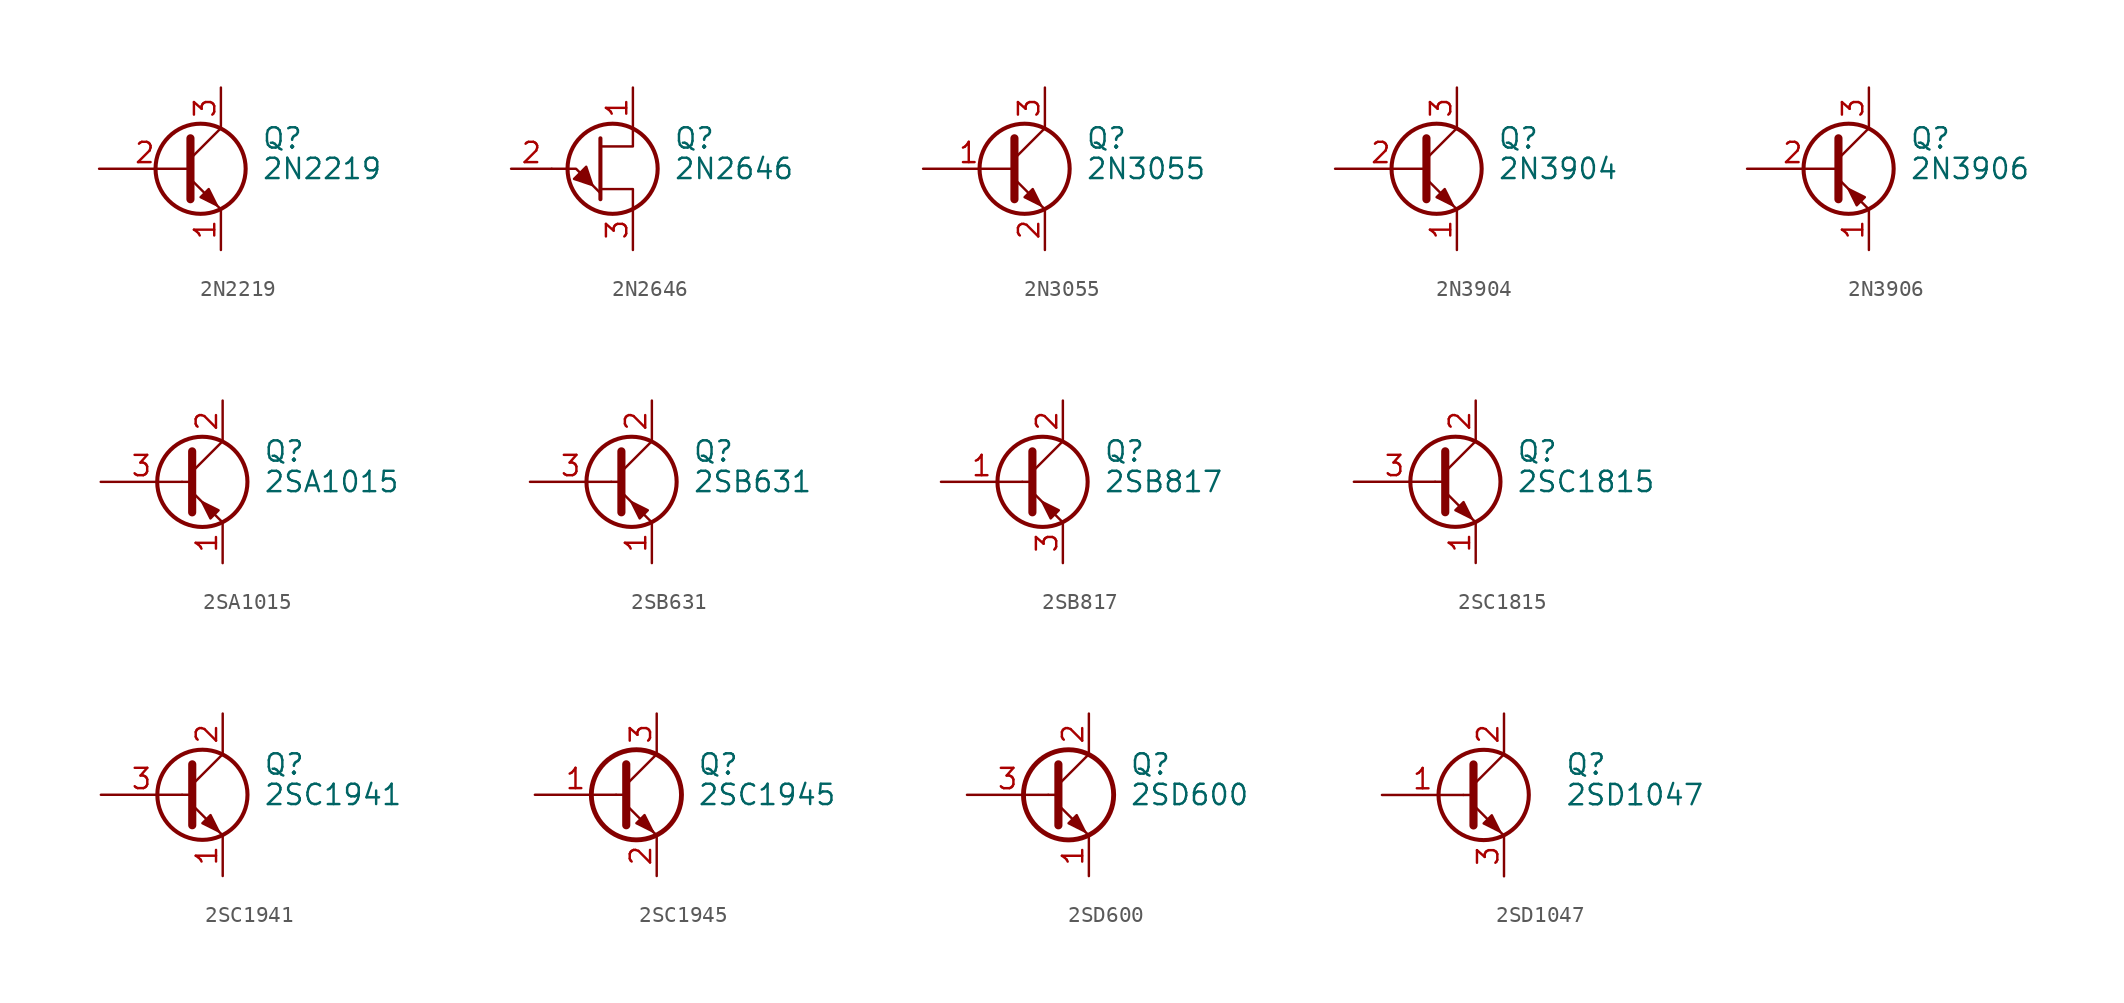
<source format=kicad_sym>
(kicad_symbol_lib
  (version 20220914)
  (generator kicad_symbol_editor)
  (symbol "2N2219"
    (pin_names
      (offset 0) hide)
    (property "Reference" "Q"
      (at 5.08 1.905 0)
      (effects (font (size 1.27 1.27)) (justify left)))
    (property "Value" "2N2219"
      (at 5.08 0 0)
      (effects (font (size 1.27 1.27)) (justify left)))
    (symbol "2N2219_0_1"
      (polyline (pts (xy 0.635 0.635) (xy 2.54 2.54)) (stroke (width 0) (type solid)) (fill (type none)))
      (polyline (pts (xy 0.635 -0.635) (xy 2.54 -2.54) (xy 2.54 -2.54)) (stroke (width 0) (type solid)) (fill (type none)))
      (polyline (pts (xy 0.635 1.905) (xy 0.635 -1.905) (xy 0.635 -1.905)) (stroke (width 0.508) (type solid)) (fill (type none)))
      (polyline (pts (xy 1.27 -1.778) (xy 1.778 -1.27) (xy 2.286 -2.286) (xy 1.27 -1.778) (xy 1.27 -1.778)) (stroke (width 0) (type solid)) (fill (type outline)))
      (circle (center 1.27 0) (radius 2.819) (stroke (width 0.254) (type solid)) (fill (type none))))
    (symbol "2N2219_1_1"
      (pin passive line (at 2.54 -5.08 90) (length 2.54) (name "E" (effects (font (size 1.27 1.27)))) (number "1" (effects (font (size 1.27 1.27)))))
      (pin passive line (at -5.08 0 0) (length 5.715) (name "B" (effects (font (size 1.27 1.27)))) (number "2" (effects (font (size 1.27 1.27)))))
      (pin passive line (at 2.54 5.08 270) (length 2.54) (name "C" (effects (font (size 1.27 1.27)))) (number "3" (effects (font (size 1.27 1.27)))))))
  (symbol "2N2646"
    (pin_names
      (offset 0) hide)
    (property "Reference" "Q"
      (at 5.08 1.905 0)
      (effects (font (size 1.27 1.27)) (justify left)))
    (property "Value" "2N2646"
      (at 5.08 0 0)
      (effects (font (size 1.27 1.27)) (justify left)))
    (symbol "2N2646_0_1"
      (polyline (pts (xy -2.54 0) (xy -1.016 0) (xy 0.508 -1.524)) (stroke (width 0) (type solid)) (fill (type none)))
      (polyline (pts (xy 0.508 1.905) (xy 0.508 -1.905) (xy 0.508 -1.905)) (stroke (width 0.254) (type solid)) (fill (type none)))
      (polyline (pts (xy 2.54 -2.54) (xy 2.54 -1.27) (xy 0.508 -1.27)) (stroke (width 0) (type solid)) (fill (type none)))
      (polyline (pts (xy 2.54 2.54) (xy 2.54 1.397) (xy 0.508 1.397)) (stroke (width 0) (type solid)) (fill (type none)))
      (polyline (pts (xy 0 -1.016) (xy -0.381 0.127) (xy -1.143 -0.635) (xy 0 -1.016)) (stroke (width 0) (type solid)) (fill (type outline)))
      (circle (center 1.27 0) (radius 2.819) (stroke (width 0.254) (type solid)) (fill (type none))))
    (symbol "2N2646_1_1"
      (pin passive line (at 2.54 5.08 270) (length 2.54) (name "B2" (effects (font (size 1.27 1.27)))) (number "1" (effects (font (size 1.27 1.27)))))
      (pin input line (at -5.08 0 0) (length 2.54) (name "E" (effects (font (size 1.27 1.27)))) (number "2" (effects (font (size 1.27 1.27)))))
      (pin passive line (at 2.54 -5.08 90) (length 2.54) (name "B1" (effects (font (size 1.27 1.27)))) (number "3" (effects (font (size 1.27 1.27)))))))
  (symbol "2N3055"
    (pin_names
      (offset 0) hide)
    (property "Reference" "Q"
      (at 5.08 1.905 0)
      (effects (font (size 1.27 1.27)) (justify left)))
    (property "Value" "2N3055"
      (at 5.08 0 0)
      (effects (font (size 1.27 1.27)) (justify left)))
    (symbol "2N3055_0_1"
      (polyline (pts (xy 0.635 0.635) (xy 2.54 2.54)) (stroke (width 0) (type solid)) (fill (type none)))
      (polyline (pts (xy 0.635 -0.635) (xy 2.54 -2.54) (xy 2.54 -2.54)) (stroke (width 0) (type solid)) (fill (type none)))
      (polyline (pts (xy 0.635 1.905) (xy 0.635 -1.905) (xy 0.635 -1.905)) (stroke (width 0.508) (type solid)) (fill (type none)))
      (polyline (pts (xy 1.27 -1.778) (xy 1.778 -1.27) (xy 2.286 -2.286) (xy 1.27 -1.778) (xy 1.27 -1.778)) (stroke (width 0) (type solid)) (fill (type outline)))
      (circle (center 1.27 0) (radius 2.819) (stroke (width 0.254) (type solid)) (fill (type none))))
    (symbol "2N3055_1_1"
      (pin input line (at -5.08 0 0) (length 5.715) (name "B" (effects (font (size 1.27 1.27)))) (number "1" (effects (font (size 1.27 1.27)))))
      (pin passive line (at 2.54 -5.08 90) (length 2.54) (name "E" (effects (font (size 1.27 1.27)))) (number "2" (effects (font (size 1.27 1.27)))))
      (pin passive line (at 2.54 5.08 270) (length 2.54) (name "C" (effects (font (size 1.27 1.27)))) (number "3" (effects (font (size 1.27 1.27)))))))
  (symbol "2N3904"
    (pin_names
      (offset 0) hide)
    (property "Reference" "Q"
      (at 5.08 1.905 0)
      (effects (font (size 1.27 1.27)) (justify left)))
    (property "Value" "2N3904"
      (at 5.08 0 0)
      (effects (font (size 1.27 1.27)) (justify left)))
    (symbol "2N3904_0_1"
      (polyline (pts (xy 0.635 0.635) (xy 2.54 2.54)) (stroke (width 0) (type solid)) (fill (type none)))
      (polyline (pts (xy 0.635 -0.635) (xy 2.54 -2.54) (xy 2.54 -2.54)) (stroke (width 0) (type solid)) (fill (type none)))
      (polyline (pts (xy 0.635 1.905) (xy 0.635 -1.905) (xy 0.635 -1.905)) (stroke (width 0.508) (type solid)) (fill (type none)))
      (polyline (pts (xy 1.27 -1.778) (xy 1.778 -1.27) (xy 2.286 -2.286) (xy 1.27 -1.778) (xy 1.27 -1.778)) (stroke (width 0) (type solid)) (fill (type outline)))
      (circle (center 1.27 0) (radius 2.819) (stroke (width 0.254) (type solid)) (fill (type none))))
    (symbol "2N3904_1_1"
      (pin passive line (at 2.54 -5.08 90) (length 2.54) (name "E" (effects (font (size 1.27 1.27)))) (number "1" (effects (font (size 1.27 1.27)))))
      (pin passive line (at -5.08 0 0) (length 5.715) (name "B" (effects (font (size 1.27 1.27)))) (number "2" (effects (font (size 1.27 1.27)))))
      (pin passive line (at 2.54 5.08 270) (length 2.54) (name "C" (effects (font (size 1.27 1.27)))) (number "3" (effects (font (size 1.27 1.27)))))))
  (symbol "2N3906"
    (pin_names
      (offset 0) hide)
    (property "Reference" "Q"
      (at 5.08 1.905 0)
      (effects (font (size 1.27 1.27)) (justify left)))
    (property "Value" "2N3906"
      (at 5.08 0 0)
      (effects (font (size 1.27 1.27)) (justify left)))
    (symbol "2N3906_0_1"
      (polyline (pts (xy 0.635 0.635) (xy 2.54 2.54)) (stroke (width 0) (type solid)) (fill (type none)))
      (polyline (pts (xy 0.635 -0.635) (xy 2.54 -2.54) (xy 2.54 -2.54)) (stroke (width 0) (type solid)) (fill (type none)))
      (polyline (pts (xy 0.635 1.905) (xy 0.635 -1.905) (xy 0.635 -1.905)) (stroke (width 0.508) (type solid)) (fill (type none)))
      (polyline (pts (xy 2.286 -1.778) (xy 1.778 -2.286) (xy 1.27 -1.27) (xy 2.286 -1.778) (xy 2.286 -1.778)) (stroke (width 0) (type solid)) (fill (type outline)))
      (circle (center 1.27 0) (radius 2.819) (stroke (width 0.254) (type solid)) (fill (type none))))
    (symbol "2N3906_1_1"
      (pin passive line (at 2.54 -5.08 90) (length 2.54) (name "E" (effects (font (size 1.27 1.27)))) (number "1" (effects (font (size 1.27 1.27)))))
      (pin input line (at -5.08 0 0) (length 5.715) (name "B" (effects (font (size 1.27 1.27)))) (number "2" (effects (font (size 1.27 1.27)))))
      (pin passive line (at 2.54 5.08 270) (length 2.54) (name "C" (effects (font (size 1.27 1.27)))) (number "3" (effects (font (size 1.27 1.27)))))))
  (symbol "2SA1015"
    (pin_names
      (offset 0) hide)
    (property "Reference" "Q"
      (at 5.08 1.905 0)
      (effects (font (size 1.27 1.27)) (justify left)))
    (property "Value" "2SA1015"
      (at 5.08 0 0)
      (effects (font (size 1.27 1.27)) (justify left)))
    (symbol "2SA1015_0_1"
      (polyline (pts (xy 0 0) (xy 0.635 0)) (stroke (width 0) (type solid)) (fill (type none)))
      (polyline (pts (xy 2.54 -2.54) (xy 0.635 -0.635)) (stroke (width 0) (type solid)) (fill (type none)))
      (polyline (pts (xy 2.54 2.54) (xy 0.635 0.635)) (stroke (width 0) (type solid)) (fill (type none)))
      (polyline (pts (xy 0.635 1.905) (xy 0.635 -1.905) (xy 0.635 -1.905)) (stroke (width 0.508) (type solid)) (fill (type outline)))
      (polyline (pts (xy 1.778 -2.286) (xy 2.286 -1.778) (xy 1.27 -1.27) (xy 1.778 -2.286) (xy 1.778 -2.286)) (stroke (width 0) (type solid)) (fill (type outline)))
      (circle (center 1.27 0) (radius 2.819) (stroke (width 0.254) (type solid)) (fill (type none))))
    (symbol "2SA1015_1_1"
      (pin passive line (at 2.54 -5.08 90) (length 2.54) (name "E" (effects (font (size 1.27 1.27)))) (number "1" (effects (font (size 1.27 1.27)))))
      (pin passive line (at 2.54 5.08 270) (length 2.54) (name "C" (effects (font (size 1.27 1.27)))) (number "2" (effects (font (size 1.27 1.27)))))
      (pin input line (at -5.08 0 0) (length 5.08) (name "B" (effects (font (size 1.27 1.27)))) (number "3" (effects (font (size 1.27 1.27)))))))
  (symbol "2SB631"
    (pin_names
      (offset 0) hide)
    (property "Reference" "Q"
      (at 5.08 1.905 0)
      (effects (font (size 1.27 1.27)) (justify left)))
    (property "Value" "2SB631"
      (at 5.08 0 0)
      (effects (font (size 1.27 1.27)) (justify left)))
    (symbol "2SB631_0_1"
      (polyline (pts (xy 0 0) (xy 0.635 0)) (stroke (width 0) (type solid)) (fill (type none)))
      (polyline (pts (xy 2.54 -2.54) (xy 0.635 -0.635)) (stroke (width 0) (type solid)) (fill (type none)))
      (polyline (pts (xy 2.54 2.54) (xy 0.635 0.635)) (stroke (width 0) (type solid)) (fill (type none)))
      (polyline (pts (xy 0.635 1.905) (xy 0.635 -1.905) (xy 0.635 -1.905)) (stroke (width 0.508) (type solid)) (fill (type outline)))
      (polyline (pts (xy 1.778 -2.286) (xy 2.286 -1.778) (xy 1.27 -1.27) (xy 1.778 -2.286) (xy 1.778 -2.286)) (stroke (width 0) (type solid)) (fill (type outline)))
      (circle (center 1.27 0) (radius 2.819) (stroke (width 0.254) (type solid)) (fill (type none))))
    (symbol "2SB631_1_1"
      (pin passive line (at 2.54 -5.08 90) (length 2.54) (name "E" (effects (font (size 1.27 1.27)))) (number "1" (effects (font (size 1.27 1.27)))))
      (pin passive line (at 2.54 5.08 270) (length 2.54) (name "C" (effects (font (size 1.27 1.27)))) (number "2" (effects (font (size 1.27 1.27)))))
      (pin input line (at -5.08 0 0) (length 5.08) (name "B" (effects (font (size 1.27 1.27)))) (number "3" (effects (font (size 1.27 1.27)))))))
  (symbol "2SB817"
    (pin_names
      (offset 0) hide)
    (property "Reference" "Q"
      (at 5.08 1.905 0)
      (effects (font (size 1.27 1.27)) (justify left)))
    (property "Value" "2SB817"
      (at 5.08 0 0)
      (effects (font (size 1.27 1.27)) (justify left)))
    (symbol "2SB817_0_1"
      (polyline (pts (xy 0 0) (xy 0.635 0)) (stroke (width 0) (type solid)) (fill (type none)))
      (polyline (pts (xy 2.54 2.54) (xy 0.635 0.635)) (stroke (width 0) (type solid)) (fill (type none)))
      (polyline (pts (xy 0.635 -0.635) (xy 2.54 -2.54) (xy 2.54 -2.54)) (stroke (width 0) (type solid)) (fill (type none)))
      (polyline (pts (xy 0.635 1.905) (xy 0.635 -1.905) (xy 0.635 -1.905)) (stroke (width 0.508) (type solid)) (fill (type none)))
      (polyline (pts (xy 1.778 -2.286) (xy 2.286 -1.778) (xy 1.27 -1.27) (xy 1.778 -2.286) (xy 1.778 -2.286)) (stroke (width 0) (type solid)) (fill (type outline)))
      (circle (center 1.27 0) (radius 2.819) (stroke (width 0.254) (type solid)) (fill (type none))))
    (symbol "2SB817_1_1"
      (pin input line (at -5.08 0 0) (length 5.08) (name "B" (effects (font (size 1.27 1.27)))) (number "1" (effects (font (size 1.27 1.27)))))
      (pin passive line (at 2.54 5.08 270) (length 2.54) (name "C" (effects (font (size 1.27 1.27)))) (number "2" (effects (font (size 1.27 1.27)))))
      (pin passive line (at 2.54 -5.08 90) (length 2.54) (name "E" (effects (font (size 1.27 1.27)))) (number "3" (effects (font (size 1.27 1.27)))))))
  (symbol "2SC1815"
    (pin_names
      (offset 0) hide)
    (property "Reference" "Q"
      (at 5.08 1.905 0)
      (effects (font (size 1.27 1.27)) (justify left)))
    (property "Value" "2SC1815"
      (at 5.08 0 0)
      (effects (font (size 1.27 1.27)) (justify left)))
    (symbol "2SC1815_0_1"
      (polyline (pts (xy 0 0) (xy 0.508 0)) (stroke (width 0) (type solid)) (fill (type none)))
      (polyline (pts (xy 0.635 0.635) (xy 2.54 2.54)) (stroke (width 0) (type solid)) (fill (type none)))
      (polyline (pts (xy 0.635 -0.635) (xy 2.54 -2.54) (xy 2.54 -2.54)) (stroke (width 0) (type solid)) (fill (type none)))
      (polyline (pts (xy 0.635 1.905) (xy 0.635 -1.905) (xy 0.635 -1.905)) (stroke (width 0.508) (type solid)) (fill (type none)))
      (polyline (pts (xy 1.27 -1.778) (xy 1.778 -1.27) (xy 2.286 -2.286) (xy 1.27 -1.778) (xy 1.27 -1.778)) (stroke (width 0) (type solid)) (fill (type outline)))
      (circle (center 1.27 0) (radius 2.819) (stroke (width 0.254) (type solid)) (fill (type none))))
    (symbol "2SC1815_1_1"
      (pin passive line (at 2.54 -5.08 90) (length 2.54) (name "E" (effects (font (size 1.27 1.27)))) (number "1" (effects (font (size 1.27 1.27)))))
      (pin passive line (at 2.54 5.08 270) (length 2.54) (name "C" (effects (font (size 1.27 1.27)))) (number "2" (effects (font (size 1.27 1.27)))))
      (pin input line (at -5.08 0 0) (length 5.08) (name "B" (effects (font (size 1.27 1.27)))) (number "3" (effects (font (size 1.27 1.27)))))))
  (symbol "2SC1941"
    (pin_names
      (offset 0) hide)
    (property "Reference" "Q"
      (at 5.08 1.905 0)
      (effects (font (size 1.27 1.27)) (justify left)))
    (property "Value" "2SC1941"
      (at 5.08 0 0)
      (effects (font (size 1.27 1.27)) (justify left)))
    (symbol "2SC1941_0_1"
      (polyline (pts (xy 0 0) (xy 0.635 0)) (stroke (width 0) (type solid)) (fill (type none)))
      (polyline (pts (xy 0.635 0.635) (xy 2.54 2.54)) (stroke (width 0) (type solid)) (fill (type none)))
      (polyline (pts (xy 0.635 -0.635) (xy 2.54 -2.54) (xy 2.54 -2.54)) (stroke (width 0) (type solid)) (fill (type none)))
      (polyline (pts (xy 0.635 1.905) (xy 0.635 -1.905) (xy 0.635 -1.905)) (stroke (width 0.508) (type solid)) (fill (type none)))
      (polyline (pts (xy 1.27 -1.778) (xy 1.778 -1.27) (xy 2.286 -2.286) (xy 1.27 -1.778) (xy 1.27 -1.778)) (stroke (width 0) (type solid)) (fill (type outline)))
      (circle (center 1.27 0) (radius 2.819) (stroke (width 0.254) (type solid)) (fill (type none))))
    (symbol "2SC1941_1_1"
      (pin passive line (at 2.54 -5.08 90) (length 2.54) (name "E" (effects (font (size 1.27 1.27)))) (number "1" (effects (font (size 1.27 1.27)))))
      (pin passive line (at 2.54 5.08 270) (length 2.54) (name "C" (effects (font (size 1.27 1.27)))) (number "2" (effects (font (size 1.27 1.27)))))
      (pin input line (at -5.08 0 0) (length 5.08) (name "B" (effects (font (size 1.27 1.27)))) (number "3" (effects (font (size 1.27 1.27)))))))
  (symbol "2SC1945"
    (pin_names
      (offset 0) hide)
    (property "Reference" "Q"
      (at 5.08 1.905 0)
      (effects (font (size 1.27 1.27)) (justify left)))
    (property "Value" "2SC1945"
      (at 5.08 0 0)
      (effects (font (size 1.27 1.27)) (justify left)))
    (symbol "2SC1945_0_1"
      (polyline (pts (xy 0 0) (xy 0.635 0)) (stroke (width 0) (type solid)) (fill (type none)))
      (polyline (pts (xy 2.54 2.54) (xy 0.635 0.635)) (stroke (width 0) (type solid)) (fill (type none)))
      (polyline (pts (xy 0.635 1.905) (xy 0.635 -1.905) (xy 0.635 -1.905)) (stroke (width 0.508) (type solid)) (fill (type none)))
      (polyline (pts (xy 2.286 -2.286) (xy 1.778 -1.778) (xy 1.778 -1.778)) (stroke (width 0) (type solid)) (fill (type none)))
      (polyline (pts (xy 2.54 -2.54) (xy 0.635 -0.635) (xy 1.27 -1.27)) (stroke (width 0) (type solid)) (fill (type outline)))
      (polyline (pts (xy 1.27 -1.778) (xy 1.778 -1.27) (xy 2.286 -2.286) (xy 1.27 -1.778) (xy 1.27 -1.778)) (stroke (width 0) (type solid)) (fill (type outline)))
      (circle (center 1.27 0) (radius 2.819) (stroke (width 0.305) (type solid)) (fill (type none))))
    (symbol "2SC1945_1_1"
      (pin input line (at -5.08 0 0) (length 5.08) (name "B" (effects (font (size 1.27 1.27)))) (number "1" (effects (font (size 1.27 1.27)))))
      (pin passive line (at 2.54 -5.08 90) (length 2.54) (name "E" (effects (font (size 1.27 1.27)))) (number "2" (effects (font (size 1.27 1.27)))))
      (pin passive line (at 2.54 5.08 270) (length 2.54) (name "C" (effects (font (size 1.27 1.27)))) (number "3" (effects (font (size 1.27 1.27)))))))
  (symbol "2SD600"
    (pin_names
      (offset 0) hide)
    (property "Reference" "Q"
      (at 5.08 1.905 0)
      (effects (font (size 1.27 1.27)) (justify left)))
    (property "Value" "2SD600"
      (at 5.08 0 0)
      (effects (font (size 1.27 1.27)) (justify left)))
    (symbol "2SD600_0_1"
      (polyline (pts (xy 0 0) (xy 0.635 0)) (stroke (width 0) (type solid)) (fill (type none)))
      (polyline (pts (xy 2.54 -2.54) (xy 0.635 -0.635)) (stroke (width 0) (type solid)) (fill (type none)))
      (polyline (pts (xy 2.54 2.54) (xy 0.635 0.635)) (stroke (width 0) (type solid)) (fill (type none)))
      (polyline (pts (xy 0.635 1.905) (xy 0.635 -1.905) (xy 0.635 -1.905)) (stroke (width 0.508) (type solid)) (fill (type outline)))
      (polyline (pts (xy 1.27 -1.778) (xy 1.778 -1.27) (xy 2.286 -2.286) (xy 1.27 -1.778) (xy 1.27 -1.778)) (stroke (width 0) (type solid)) (fill (type outline)))
      (circle (center 1.27 0) (radius 2.819) (stroke (width 0.305) (type solid)) (fill (type none))))
    (symbol "2SD600_1_1"
      (pin passive line (at 2.54 -5.08 90) (length 2.54) (name "E" (effects (font (size 1.27 1.27)))) (number "1" (effects (font (size 1.27 1.27)))))
      (pin passive line (at 2.54 5.08 270) (length 2.54) (name "C" (effects (font (size 1.27 1.27)))) (number "2" (effects (font (size 1.27 1.27)))))
      (pin input line (at -5.08 0 0) (length 5.08) (name "B" (effects (font (size 1.27 1.27)))) (number "3" (effects (font (size 1.27 1.27)))))))
  (symbol "2SD1047"
    (pin_names
      (offset 0) hide)
    (property "Reference" "Q"
      (at 6.35 1.905 0)
      (effects (font (size 1.27 1.27)) (justify left)))
    (property "Value" "2SD1047"
      (at 6.35 0 0)
      (effects (font (size 1.27 1.27)) (justify left)))
    (symbol "2SD1047_0_1"
      (polyline (pts (xy 0 0) (xy 0.762 0)) (stroke (width 0) (type solid)) (fill (type none)))
      (polyline (pts (xy 0.635 0.635) (xy 2.54 2.54)) (stroke (width 0) (type solid)) (fill (type none)))
      (polyline (pts (xy 0.635 -0.635) (xy 2.54 -2.54) (xy 2.54 -2.54)) (stroke (width 0) (type solid)) (fill (type none)))
      (polyline (pts (xy 0.635 1.905) (xy 0.635 -1.905) (xy 0.635 -1.905)) (stroke (width 0.508) (type solid)) (fill (type none)))
      (polyline (pts (xy 1.27 -1.778) (xy 1.778 -1.27) (xy 2.286 -2.286) (xy 1.27 -1.778) (xy 1.27 -1.778)) (stroke (width 0) (type solid)) (fill (type outline)))
      (circle (center 1.27 0) (radius 2.819) (stroke (width 0.254) (type solid)) (fill (type none))))
    (symbol "2SD1047_1_1"
      (pin input line (at -5.08 0 0) (length 5.08) (name "B" (effects (font (size 1.27 1.27)))) (number "1" (effects (font (size 1.27 1.27)))))
      (pin passive line (at 2.54 5.08 270) (length 2.54) (name "C" (effects (font (size 1.27 1.27)))) (number "2" (effects (font (size 1.27 1.27)))))
      (pin passive line (at 2.54 -5.08 90) (length 2.54) (name "E" (effects (font (size 1.27 1.27)))) (number "3" (effects (font (size 1.27 1.27))))))))
</source>
